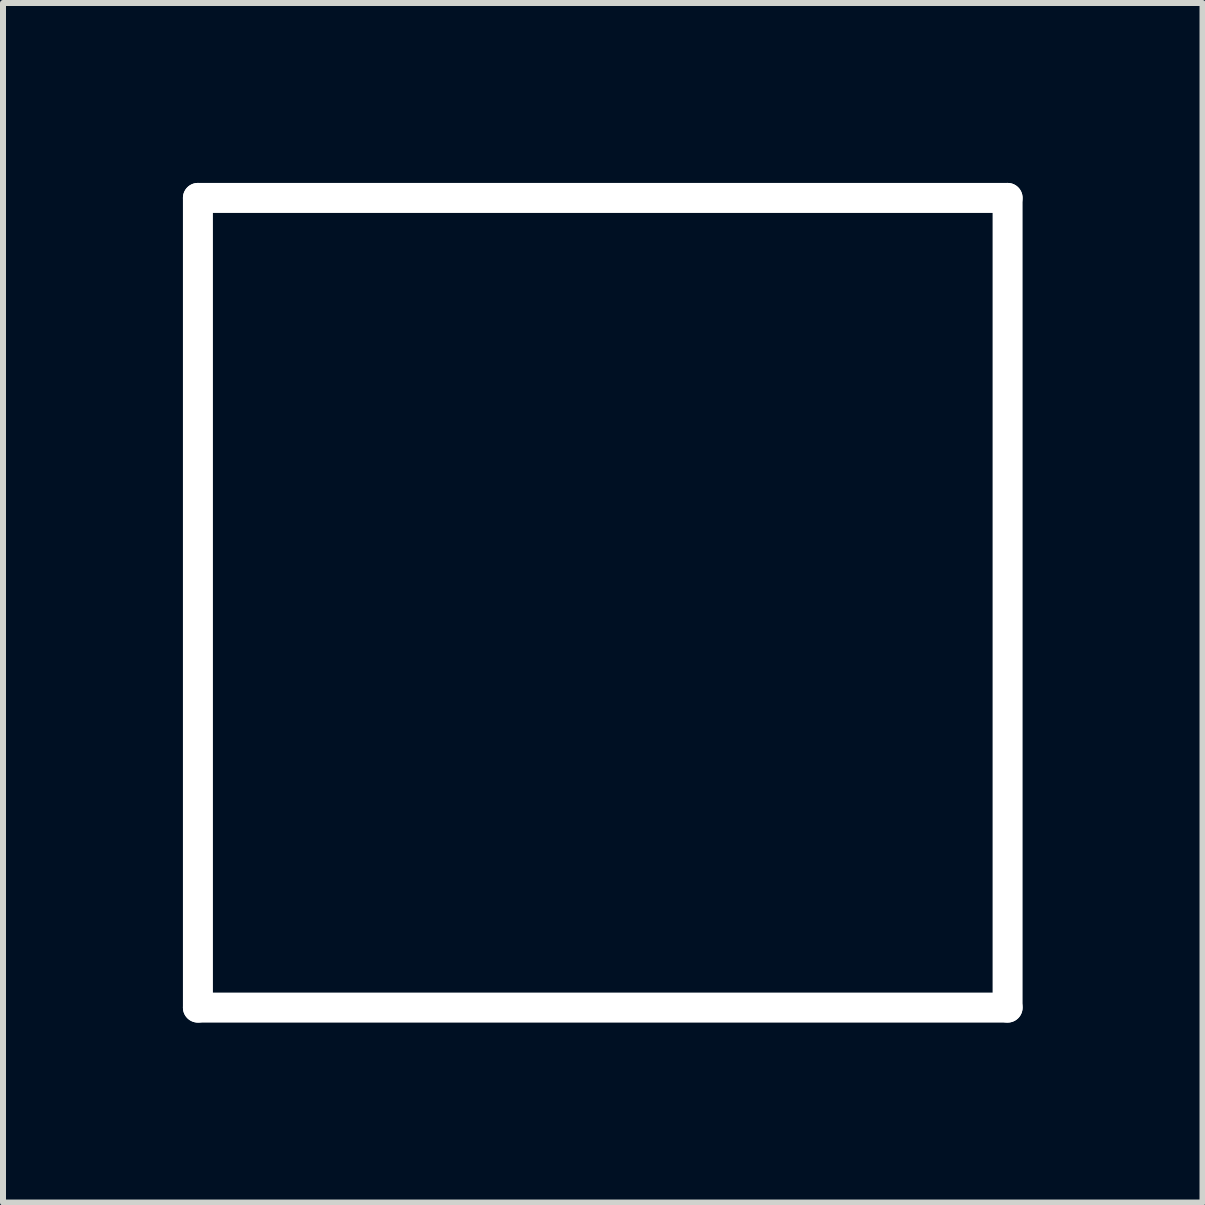
<source format=kicad_pcb>
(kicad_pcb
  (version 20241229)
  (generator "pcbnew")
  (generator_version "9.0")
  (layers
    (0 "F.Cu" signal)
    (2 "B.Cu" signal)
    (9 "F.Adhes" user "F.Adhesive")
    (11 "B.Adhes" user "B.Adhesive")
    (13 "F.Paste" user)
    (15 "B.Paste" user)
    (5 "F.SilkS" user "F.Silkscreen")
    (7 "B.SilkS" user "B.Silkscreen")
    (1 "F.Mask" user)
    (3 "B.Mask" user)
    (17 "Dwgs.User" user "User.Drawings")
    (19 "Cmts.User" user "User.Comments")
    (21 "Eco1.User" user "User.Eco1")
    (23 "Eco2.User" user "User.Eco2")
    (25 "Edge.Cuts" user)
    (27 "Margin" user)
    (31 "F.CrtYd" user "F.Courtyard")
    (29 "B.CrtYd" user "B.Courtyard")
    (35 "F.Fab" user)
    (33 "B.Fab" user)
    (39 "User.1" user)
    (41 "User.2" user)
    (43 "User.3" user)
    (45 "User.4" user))
  (footprint "mx_cutout"
    (layer "F.Cu")
    (at 7 7)
    (property "Reference" "mx_cutout" (at -1.58 3.42 0) (layer "Eco2.User") (effects (font (size 1 1) (thickness 0.15))))
    (attr through_hole)
    (pad "" np_thru_hole oval (at -6.75 0 90) (size 14 0.5) (drill oval 14 0.5) (layers "*.Cu" "*.Mask"))
    (pad "" np_thru_hole oval (at 0 -6.75 180) (size 14 0.5) (drill oval 14 0.5) (layers "*.Cu" "*.Mask"))
    (pad "" np_thru_hole oval (at 0 6.75 180) (size 14 0.5) (drill oval 14 0.5) (layers "*.Cu" "*.Mask"))
    (pad "" np_thru_hole oval (at 6.75 0 90) (size 14 0.5) (drill oval 14 0.5) (layers "*.Cu" "*.Mask")))
  (gr_rect
    (start -3 -3)
    (end 17 17)
    (stroke (width 0.1) (type default))
    (fill no)
    (layer "Edge.Cuts")))
</source>
